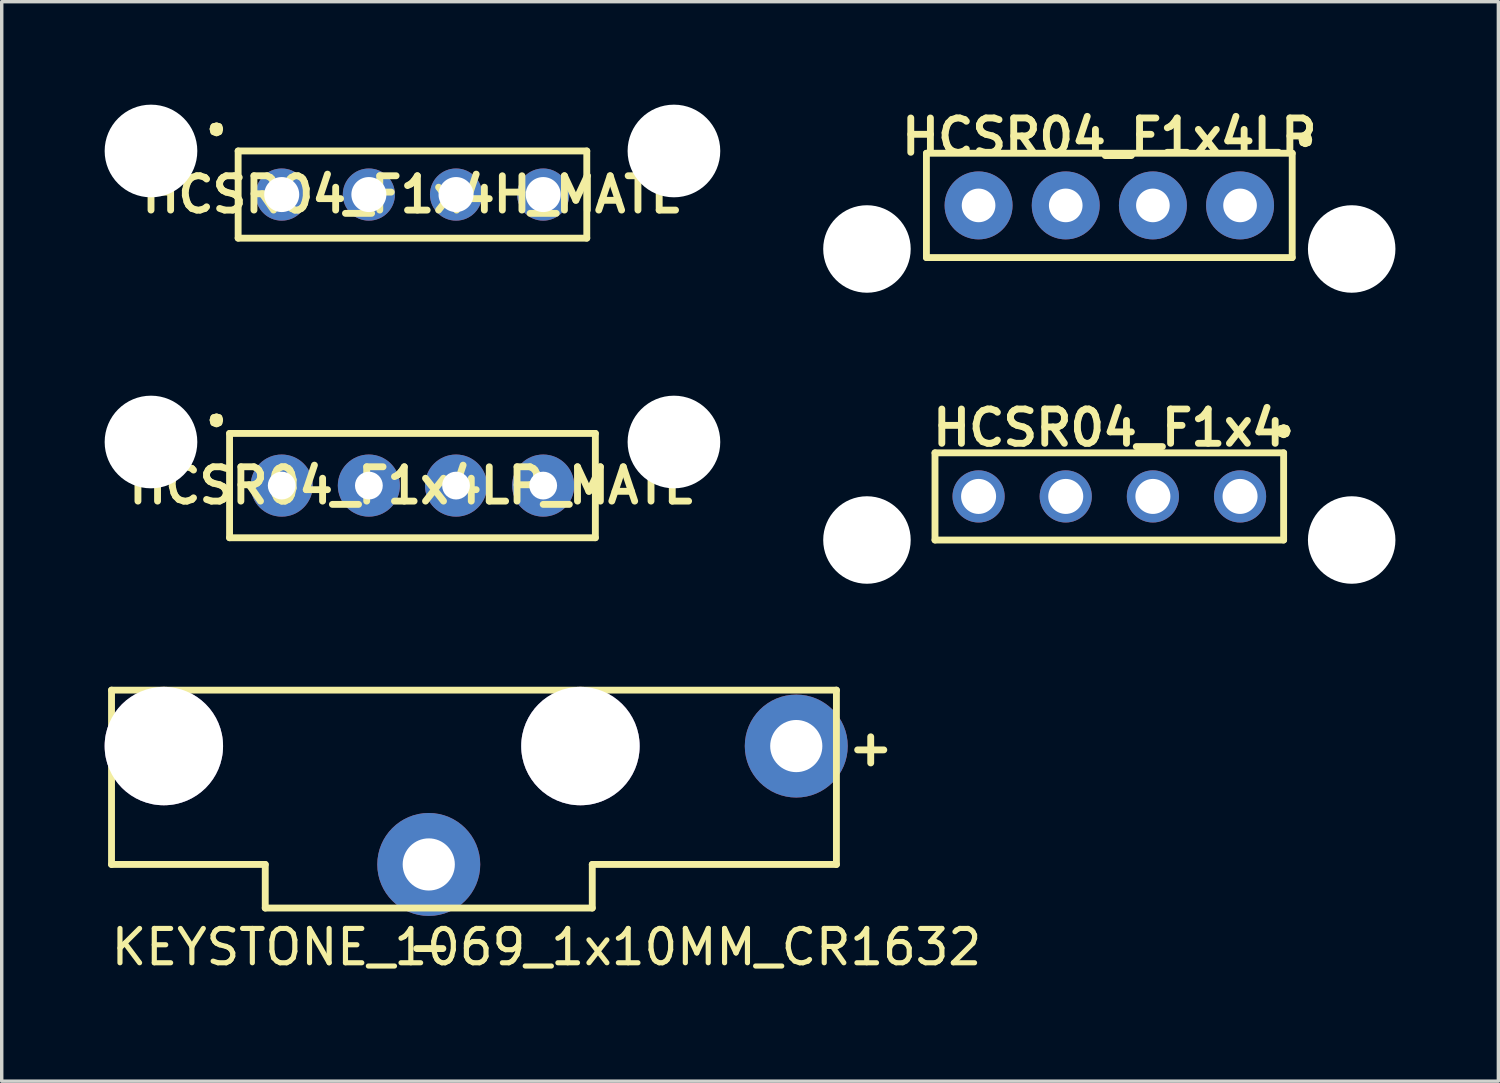
<source format=kicad_pcb>
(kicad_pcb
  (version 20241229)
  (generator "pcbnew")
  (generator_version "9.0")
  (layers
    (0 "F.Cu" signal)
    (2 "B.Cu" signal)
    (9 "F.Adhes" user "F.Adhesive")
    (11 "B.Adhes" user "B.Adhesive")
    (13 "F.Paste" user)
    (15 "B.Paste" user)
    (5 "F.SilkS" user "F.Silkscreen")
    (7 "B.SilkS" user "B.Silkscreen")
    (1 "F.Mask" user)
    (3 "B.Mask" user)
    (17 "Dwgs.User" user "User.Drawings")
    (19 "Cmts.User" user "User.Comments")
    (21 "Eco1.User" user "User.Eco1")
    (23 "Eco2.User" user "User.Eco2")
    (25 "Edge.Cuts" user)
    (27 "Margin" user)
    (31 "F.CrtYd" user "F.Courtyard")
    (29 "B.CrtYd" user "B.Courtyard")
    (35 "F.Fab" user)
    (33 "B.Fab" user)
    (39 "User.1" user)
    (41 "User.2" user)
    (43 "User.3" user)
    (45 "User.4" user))
  (footprint "HCSR04_F1x4"
    (layer "F.Cu")
    (at 29.278 11.417)
    (property "Reference" "HCSR04_F1x4" (at 0 -2 0) (layer "F.SilkS") (effects (font (size 1 1) (thickness 0.2))))
    (attr through_hole)
    (fp_line (start -5.08 -1.27) (end 5.08 -1.27) (stroke (width 0.2) (type solid)) (layer "F.SilkS"))
    (fp_line (start -5.08 1.27) (end -5.08 -1.27) (stroke (width 0.2) (type solid)) (layer "F.SilkS"))
    (fp_line (start 4.98 -1.91) (end 5.01 -1.83) (stroke (width 0.2) (type solid)) (layer "F.SilkS"))
    (fp_line (start 5.01 -1.98) (end 4.98 -1.91) (stroke (width 0.2) (type solid)) (layer "F.SilkS"))
    (fp_line (start 5.01 -1.83) (end 5.08 -1.8) (stroke (width 0.2) (type solid)) (layer "F.SilkS"))
    (fp_line (start 5.08 -2) (end 5.01 -1.98) (stroke (width 0.2) (type solid)) (layer "F.SilkS"))
    (fp_line (start 5.08 -1.8) (end 5.15 -1.83) (stroke (width 0.2) (type solid)) (layer "F.SilkS"))
    (fp_line (start 5.08 -1.27) (end 5.08 1.27) (stroke (width 0.2) (type solid)) (layer "F.SilkS"))
    (fp_line (start 5.08 1.27) (end -5.08 1.27) (stroke (width 0.2) (type solid)) (layer "F.SilkS"))
    (fp_line (start 5.15 -1.98) (end 5.08 -2) (stroke (width 0.2) (type solid)) (layer "F.SilkS"))
    (fp_line (start 5.15 -1.83) (end 5.18 -1.91) (stroke (width 0.2) (type solid)) (layer "F.SilkS"))
    (fp_line (start 5.18 -1.91) (end 5.15 -1.98) (stroke (width 0.2) (type solid)) (layer "F.SilkS"))
    (pad "" np_thru_hole circle (at -7.063 1.27) (size 2.55 2.55) (drill 2.55) (layers "*.Cu" "*.Mask"))
    (pad "" np_thru_hole circle (at 7.063 1.27) (size 2.55 2.55) (drill 2.55) (layers "*.Cu" "*.Mask"))
    (pad "1" thru_hole circle (at 3.81 0) (size 1.52 1.52) (drill 1.02) (layers "*.Cu" "*.Mask"))
    (pad "2" thru_hole circle (at 1.27 0) (size 1.52 1.52) (drill 1.02) (layers "*.Cu" "*.Mask"))
    (pad "3" thru_hole circle (at -1.27 0) (size 1.52 1.52) (drill 1.02) (layers "*.Cu" "*.Mask"))
    (pad "4" thru_hole circle (at -3.81 0) (size 1.52 1.52) (drill 1.02) (layers "*.Cu" "*.Mask")))
  (footprint "KEYSTONE_1069_1x10MM_CR1632"
    (layer "F.Cu")
    (at 9.445 22.142)
    (property "Reference" "KEYSTONE_1069_1x10MM_CR1632" (at 3.43 2.41 0) (layer "F.SilkS") (effects (font (size 1 1) (thickness 0.15))))
    (attr through_hole)
    (fp_line (start -9.245 -5.08) (end -9.245 0) (stroke (width 0.2) (type solid)) (layer "F.SilkS"))
    (fp_line (start -9.245 0) (end -4.765 0) (stroke (width 0.2) (type solid)) (layer "F.SilkS"))
    (fp_line (start -4.765 0) (end -4.765 1.27) (stroke (width 0.2) (type solid)) (layer "F.SilkS"))
    (fp_line (start -4.765 1.27) (end 4.765 1.27) (stroke (width 0.2) (type solid)) (layer "F.SilkS"))
    (fp_line (start 4.765 0) (end 4.765 1.27) (stroke (width 0.2) (type solid)) (layer "F.SilkS"))
    (fp_line (start 4.765 0) (end 11.88 0) (stroke (width 0.2) (type solid)) (layer "F.SilkS"))
    (fp_line (start 11.88 -5.08) (end -9.245 -5.08) (stroke (width 0.2) (type solid)) (layer "F.SilkS"))
    (fp_line (start 11.88 0) (end 11.88 -5.08) (stroke (width 0.2) (type solid)) (layer "F.SilkS"))
    (fp_text user "-" (at 0.03 2.38 0) (layer "F.SilkS") (effects (font (size 1 1) (thickness 0.2))))
    (fp_text user "+" (at 12.88 -3.41 0) (layer "F.SilkS") (effects (font (size 1 1) (thickness 0.2))))
    (pad "1" thru_hole circle (at 10.71 -3.45) (size 3 3) (drill 1.52) (layers "*.Cu" "*.Mask"))
    (pad "2" thru_hole circle (at 0 0) (size 3 3) (drill 1.52) (layers "*.Cu" "*.Mask"))
    (pad "3" thru_hole circle (at 4.42 -3.45) (size 3.45 3.45) (drill 3.45) (layers "*.Cu" "*.Mask"))
    (pad "4" thru_hole circle (at -7.72 -3.45) (size 3.45 3.45) (drill 3.45) (layers "*.Cu" "*.Mask")))
  (footprint "HCSR04_F1x4H_MATE"
    (layer "F.Cu")
    (at 8.97 2.62)
    (property "Reference" "HCSR04_F1x4H_MATE" (at 0 0 0) (layer "F.SilkS") (effects (font (size 1 1) (thickness 0.2))))
    (attr through_hole)
    (fp_line (start -5.81 -1.91) (end -5.79 -1.83) (stroke (width 0.2) (type solid)) (layer "F.SilkS"))
    (fp_line (start -5.79 -1.98) (end -5.81 -1.91) (stroke (width 0.2) (type solid)) (layer "F.SilkS"))
    (fp_line (start -5.79 -1.83) (end -5.71 -1.8) (stroke (width 0.2) (type solid)) (layer "F.SilkS"))
    (fp_line (start -5.71 -2) (end -5.79 -1.98) (stroke (width 0.2) (type solid)) (layer "F.SilkS"))
    (fp_line (start -5.71 -1.8) (end -5.64 -1.83) (stroke (width 0.2) (type solid)) (layer "F.SilkS"))
    (fp_line (start -5.64 -1.98) (end -5.71 -2) (stroke (width 0.2) (type solid)) (layer "F.SilkS"))
    (fp_line (start -5.64 -1.83) (end -5.62 -1.91) (stroke (width 0.2) (type solid)) (layer "F.SilkS"))
    (fp_line (start -5.62 -1.91) (end -5.64 -1.98) (stroke (width 0.2) (type solid)) (layer "F.SilkS"))
    (fp_line (start -5.08 -1.27) (end 5.08 -1.27) (stroke (width 0.2) (type solid)) (layer "F.SilkS"))
    (fp_line (start -5.08 1.27) (end -5.08 -1.27) (stroke (width 0.2) (type solid)) (layer "F.SilkS"))
    (fp_line (start 5.08 -1.27) (end 5.08 1.27) (stroke (width 0.2) (type solid)) (layer "F.SilkS"))
    (fp_line (start 5.08 1.27) (end -5.08 1.27) (stroke (width 0.2) (type solid)) (layer "F.SilkS"))
    (pad "" np_thru_hole circle (at -7.62 -1.27) (size 2.7 2.7) (drill 2.7) (layers "*.Cu" "*.Mask"))
    (pad "" np_thru_hole circle (at 7.62 -1.27) (size 2.7 2.7) (drill 2.7) (layers "*.Cu" "*.Mask"))
    (pad "1" thru_hole circle (at -3.81 0) (size 1.52 1.52) (drill 1.02) (layers "*.Cu" "*.Mask"))
    (pad "2" thru_hole circle (at -1.27 0) (size 1.52 1.52) (drill 1.02) (layers "*.Cu" "*.Mask"))
    (pad "3" thru_hole circle (at 1.27 0) (size 1.52 1.52) (drill 1.02) (layers "*.Cu" "*.Mask"))
    (pad "4" thru_hole circle (at 3.81 0) (size 1.52 1.52) (drill 1.02) (layers "*.Cu" "*.Mask")))
  (footprint "HCSR04_F1x4LP"
    (layer "F.Cu")
    (at 29.278 2.936)
    (property "Reference" "HCSR04_F1x4LP" (at 0 -2 0) (layer "F.SilkS") (effects (font (size 1 1) (thickness 0.2))))
    (attr through_hole)
    (fp_line (start -5.33 -1.52) (end 5.33 -1.52) (stroke (width 0.2) (type solid)) (layer "F.SilkS"))
    (fp_line (start -5.33 1.52) (end -5.33 -1.52) (stroke (width 0.2) (type solid)) (layer "F.SilkS"))
    (fp_line (start 5.33 -1.52) (end 5.33 1.52) (stroke (width 0.2) (type solid)) (layer "F.SilkS"))
    (fp_line (start 5.33 1.52) (end -5.33 1.52) (stroke (width 0.2) (type solid)) (layer "F.SilkS"))
    (fp_line (start 5.62 -1.91) (end 5.64 -1.83) (stroke (width 0.2) (type solid)) (layer "F.SilkS"))
    (fp_line (start 5.64 -1.98) (end 5.62 -1.91) (stroke (width 0.2) (type solid)) (layer "F.SilkS"))
    (fp_line (start 5.64 -1.83) (end 5.71 -1.8) (stroke (width 0.2) (type solid)) (layer "F.SilkS"))
    (fp_line (start 5.71 -2) (end 5.64 -1.98) (stroke (width 0.2) (type solid)) (layer "F.SilkS"))
    (fp_line (start 5.71 -1.8) (end 5.79 -1.83) (stroke (width 0.2) (type solid)) (layer "F.SilkS"))
    (fp_line (start 5.79 -1.98) (end 5.71 -2) (stroke (width 0.2) (type solid)) (layer "F.SilkS"))
    (fp_line (start 5.79 -1.83) (end 5.81 -1.91) (stroke (width 0.2) (type solid)) (layer "F.SilkS"))
    (fp_line (start 5.81 -1.91) (end 5.79 -1.98) (stroke (width 0.2) (type solid)) (layer "F.SilkS"))
    (pad "" np_thru_hole circle (at -7.063 1.27) (size 2.55 2.55) (drill 2.55) (layers "*.Cu" "*.Mask"))
    (pad "" np_thru_hole circle (at 7.063 1.27) (size 2.55 2.55) (drill 2.55) (layers "*.Cu" "*.Mask"))
    (pad "1" thru_hole circle (at 3.81 0) (size 1.98 1.98) (drill 0.98) (layers "*.Cu" "*.Mask"))
    (pad "2" thru_hole circle (at 1.27 0) (size 1.98 1.98) (drill 0.98) (layers "*.Cu" "*.Mask"))
    (pad "3" thru_hole circle (at -1.27 0) (size 1.98 1.98) (drill 0.98) (layers "*.Cu" "*.Mask"))
    (pad "4" thru_hole circle (at -3.81 0) (size 1.98 1.98) (drill 0.98) (layers "*.Cu" "*.Mask")))
  (footprint "HCSR04_F1x4LP_MATE"
    (layer "F.Cu")
    (at 8.97 11.101)
    (property "Reference" "HCSR04_F1x4LP_MATE" (at 0 0 0) (layer "F.SilkS") (effects (font (size 1 1) (thickness 0.2))))
    (attr through_hole)
    (fp_line (start -5.81 -1.91) (end -5.79 -1.83) (stroke (width 0.2) (type solid)) (layer "F.SilkS"))
    (fp_line (start -5.79 -1.98) (end -5.81 -1.91) (stroke (width 0.2) (type solid)) (layer "F.SilkS"))
    (fp_line (start -5.79 -1.83) (end -5.71 -1.8) (stroke (width 0.2) (type solid)) (layer "F.SilkS"))
    (fp_line (start -5.71 -2) (end -5.79 -1.98) (stroke (width 0.2) (type solid)) (layer "F.SilkS"))
    (fp_line (start -5.71 -1.8) (end -5.64 -1.83) (stroke (width 0.2) (type solid)) (layer "F.SilkS"))
    (fp_line (start -5.64 -1.98) (end -5.71 -2) (stroke (width 0.2) (type solid)) (layer "F.SilkS"))
    (fp_line (start -5.64 -1.83) (end -5.62 -1.91) (stroke (width 0.2) (type solid)) (layer "F.SilkS"))
    (fp_line (start -5.62 -1.91) (end -5.64 -1.98) (stroke (width 0.2) (type solid)) (layer "F.SilkS"))
    (fp_line (start -5.33 -1.52) (end 5.33 -1.52) (stroke (width 0.2) (type solid)) (layer "F.SilkS"))
    (fp_line (start -5.33 1.52) (end -5.33 -1.52) (stroke (width 0.2) (type solid)) (layer "F.SilkS"))
    (fp_line (start 5.33 -1.52) (end 5.33 1.52) (stroke (width 0.2) (type solid)) (layer "F.SilkS"))
    (fp_line (start 5.33 1.52) (end -5.33 1.52) (stroke (width 0.2) (type solid)) (layer "F.SilkS"))
    (pad "" np_thru_hole circle (at -7.62 -1.27) (size 2.7 2.7) (drill 2.7) (layers "*.Cu" "*.Mask"))
    (pad "" np_thru_hole circle (at 7.62 -1.27) (size 2.7 2.7) (drill 2.7) (layers "*.Cu" "*.Mask"))
    (pad "1" thru_hole circle (at -3.81 0) (size 1.81 1.81) (drill 0.81) (layers "*.Cu" "*.Mask"))
    (pad "2" thru_hole circle (at -1.27 0) (size 1.81 1.81) (drill 0.81) (layers "*.Cu" "*.Mask"))
    (pad "3" thru_hole circle (at 1.27 0) (size 1.81 1.81) (drill 0.81) (layers "*.Cu" "*.Mask"))
    (pad "4" thru_hole circle (at 3.81 0) (size 1.81 1.81) (drill 0.81) (layers "*.Cu" "*.Mask")))
  (gr_rect
    (start -3 -3)
    (end 40.616 28.458)
    (stroke (width 0.1) (type default))
    (fill no)
    (layer "Edge.Cuts")))
</source>
